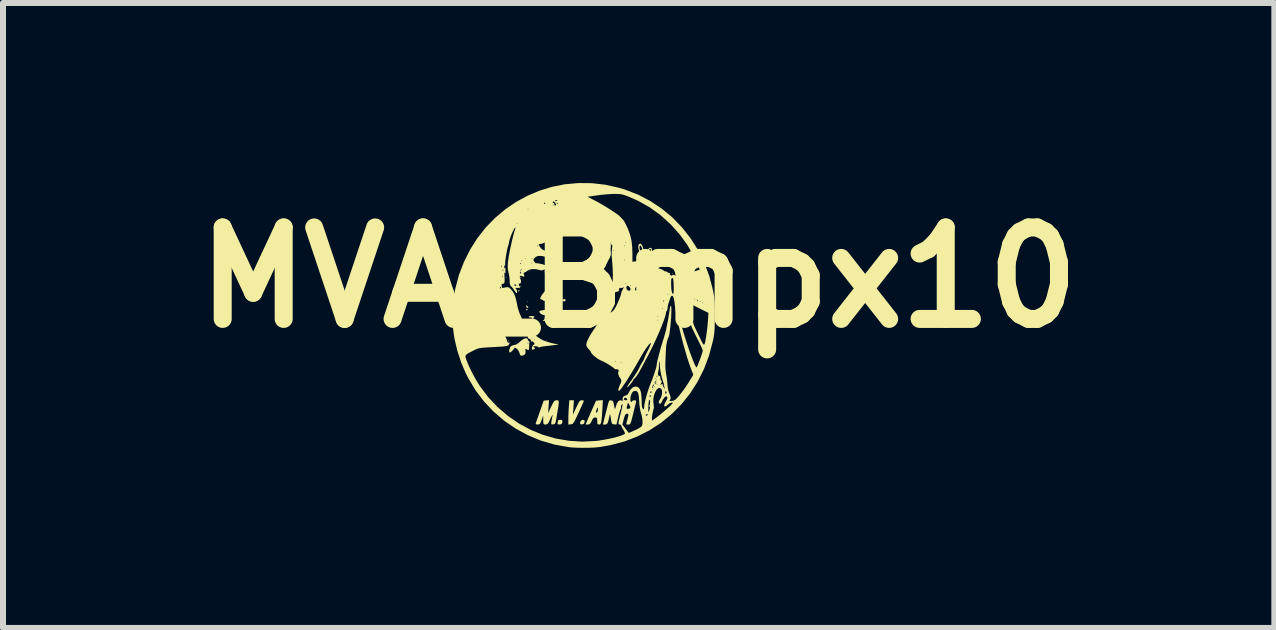
<source format=kicad_pcb>
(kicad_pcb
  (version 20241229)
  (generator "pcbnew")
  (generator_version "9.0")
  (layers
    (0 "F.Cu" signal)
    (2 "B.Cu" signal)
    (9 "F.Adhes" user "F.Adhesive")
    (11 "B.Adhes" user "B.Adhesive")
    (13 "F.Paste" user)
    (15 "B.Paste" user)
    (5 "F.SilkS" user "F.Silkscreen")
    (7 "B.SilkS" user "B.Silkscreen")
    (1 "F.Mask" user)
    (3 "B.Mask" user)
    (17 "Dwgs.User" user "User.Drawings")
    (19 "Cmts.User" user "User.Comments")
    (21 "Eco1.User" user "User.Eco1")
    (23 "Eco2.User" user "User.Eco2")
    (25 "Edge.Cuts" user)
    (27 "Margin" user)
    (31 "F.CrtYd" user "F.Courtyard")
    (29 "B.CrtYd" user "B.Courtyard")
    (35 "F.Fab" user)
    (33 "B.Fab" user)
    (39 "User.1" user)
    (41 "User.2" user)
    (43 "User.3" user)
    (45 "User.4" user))
  (footprint "MVA_Bmpx10"
    (layer "F.Cu")
    (at 7.591 1.574)
    (property "Reference" "MVA_Bmpx10" (at 0 0 0) (layer "F.SilkS") (effects (font (size 1.524 1.524) (thickness 0.3))))
    (attr board_only exclude_from_pos_files exclude_from_bom)
    (fp_poly (pts (xy -2.201 -0.007) (xy -2.208 0) (xy -2.214 -0.007) (xy -2.208 -0.013)) (stroke (width 0) (type solid)) (fill yes) (layer "F.SilkS"))
    (fp_poly (pts (xy -1.85 0.397) (xy -1.856 0.404) (xy -1.863 0.397) (xy -1.856 0.391)) (stroke (width 0) (type solid)) (fill yes) (layer "F.SilkS"))
    (fp_poly (pts (xy -1.811 -0.111) (xy -1.817 -0.104) (xy -1.824 -0.111) (xy -1.817 -0.117)) (stroke (width 0) (type solid)) (fill yes) (layer "F.SilkS"))
    (fp_poly (pts (xy -1.537 0.736) (xy -1.544 0.742) (xy -1.55 0.736) (xy -1.544 0.729)) (stroke (width 0) (type solid)) (fill yes) (layer "F.SilkS"))
    (fp_poly (pts (xy -1.524 1.049) (xy -1.531 1.055) (xy -1.537 1.049) (xy -1.531 1.042)) (stroke (width 0) (type solid)) (fill yes) (layer "F.SilkS"))
    (fp_poly (pts (xy -1.303 -0.658) (xy -1.309 -0.651) (xy -1.316 -0.658) (xy -1.309 -0.664)) (stroke (width 0) (type solid)) (fill yes) (layer "F.SilkS"))
    (fp_poly (pts (xy -1.068 -0.827) (xy -1.075 -0.821) (xy -1.081 -0.827) (xy -1.075 -0.834)) (stroke (width 0) (type solid)) (fill yes) (layer "F.SilkS"))
    (fp_poly (pts (xy -0.482 -0.528) (xy -0.488 -0.521) (xy -0.495 -0.528) (xy -0.488 -0.534)) (stroke (width 0) (type solid)) (fill yes) (layer "F.SilkS"))
    (fp_poly (pts (xy 0.013 -0.267) (xy 0.007 -0.261) (xy 0 -0.267) (xy 0.007 -0.274)) (stroke (width 0) (type solid)) (fill yes) (layer "F.SilkS"))
    (fp_poly (pts (xy 0.13 -0.228) (xy 0.124 -0.221) (xy 0.117 -0.228) (xy 0.124 -0.234)) (stroke (width 0) (type solid)) (fill yes) (layer "F.SilkS"))
    (fp_poly (pts (xy 0.156 -0.228) (xy 0.15 -0.221) (xy 0.143 -0.228) (xy 0.15 -0.234)) (stroke (width 0) (type solid)) (fill yes) (layer "F.SilkS"))
    (fp_poly (pts (xy 0.378 1.661) (xy 0.371 1.667) (xy 0.365 1.661) (xy 0.371 1.654)) (stroke (width 0) (type solid)) (fill yes) (layer "F.SilkS"))
    (fp_poly (pts (xy 0.417 1.791) (xy 0.41 1.798) (xy 0.404 1.791) (xy 0.41 1.785)) (stroke (width 0) (type solid)) (fill yes) (layer "F.SilkS"))
    (fp_poly (pts (xy 0.573 -0.072) (xy 0.567 -0.065) (xy 0.56 -0.072) (xy 0.567 -0.078)) (stroke (width 0) (type solid)) (fill yes) (layer "F.SilkS"))
    (fp_poly (pts (xy 0.625 -0.072) (xy 0.619 -0.065) (xy 0.612 -0.072) (xy 0.619 -0.078)) (stroke (width 0) (type solid)) (fill yes) (layer "F.SilkS"))
    (fp_poly (pts (xy -2.167 1.046) (xy -2.165 1.062) (xy -2.167 1.064) (xy -2.174 1.062) (xy -2.175 1.055) (xy -2.171 1.044)) (stroke (width 0) (type solid)) (fill yes) (layer "F.SilkS"))
    (fp_poly (pts (xy -1.958 -0.009) (xy -1.96 -0.001) (xy -1.967 0) (xy -1.978 -0.005) (xy -1.976 -0.009) (xy -1.96 -0.01)) (stroke (width 0) (type solid)) (fill yes) (layer "F.SilkS"))
    (fp_poly (pts (xy -1.659 0.89) (xy -1.657 0.906) (xy -1.659 0.907) (xy -1.666 0.906) (xy -1.667 0.899) (xy -1.663 0.888)) (stroke (width 0) (type solid)) (fill yes) (layer "F.SilkS"))
    (fp_poly (pts (xy -1.811 0.817) (xy -1.806 0.827) (xy -1.803 0.845) (xy -1.811 0.841) (xy -1.818 0.833) (xy -1.822 0.816) (xy -1.82 0.813)) (stroke (width 0) (type solid)) (fill yes) (layer "F.SilkS"))
    (fp_poly (pts (xy -1.984 0.216) (xy -1.986 0.221) (xy -1.998 0.234) (xy -2 0.234) (xy -2.006 0.224) (xy -2.006 0.221) (xy -1.996 0.209) (xy -1.992 0.208)) (stroke (width 0) (type solid)) (fill yes) (layer "F.SilkS"))
    (fp_poly (pts (xy -1.85 0.531) (xy -1.85 0.534) (xy -1.86 0.547) (xy -1.863 0.547) (xy -1.875 0.537) (xy -1.876 0.534) (xy -1.866 0.521) (xy -1.863 0.521)) (stroke (width 0) (type solid)) (fill yes) (layer "F.SilkS"))
    (fp_poly (pts (xy -1.485 -0.124) (xy -1.472 -0.112) (xy -1.472 -0.11) (xy -1.482 -0.104) (xy -1.485 -0.104) (xy -1.497 -0.114) (xy -1.498 -0.118) (xy -1.49 -0.126)) (stroke (width 0) (type solid)) (fill yes) (layer "F.SilkS"))
    (fp_poly (pts (xy -1.863 0.467) (xy -1.856 0.474) (xy -1.84 0.491) (xy -1.837 0.498) (xy -1.847 0.503) (xy -1.856 0.504) (xy -1.872 0.493) (xy -1.876 0.479) (xy -1.873 0.462)) (stroke (width 0) (type solid)) (fill yes) (layer "F.SilkS"))
    (fp_poly (pts (xy -1.22 0.366) (xy -1.218 0.378) (xy -1.227 0.397) (xy -1.249 0.398) (xy -1.263 0.391) (xy -1.276 0.378) (xy -1.266 0.367) (xy -1.263 0.365) (xy -1.237 0.356)) (stroke (width 0) (type solid)) (fill yes) (layer "F.SilkS"))
    (fp_poly (pts (xy -0.906 2.375) (xy -0.9 2.392) (xy -0.901 2.406) (xy -0.91 2.434) (xy -0.935 2.446) (xy -0.941 2.446) (xy -0.969 2.445) (xy -0.977 2.431) (xy -0.969 2.392) (xy -0.944 2.373) (xy -0.929 2.371)) (stroke (width 0) (type solid)) (fill yes) (layer "F.SilkS"))
    (fp_poly (pts (xy -1.534 0.679) (xy -1.53 0.682) (xy -1.513 0.698) (xy -1.515 0.709) (xy -1.539 0.717) (xy -1.563 0.722) (xy -1.591 0.726) (xy -1.598 0.723) (xy -1.588 0.714) (xy -1.568 0.692) (xy -1.562 0.68) (xy -1.553 0.671)) (stroke (width 0) (type solid)) (fill yes) (layer "F.SilkS"))
    (fp_poly (pts (xy -1.283 2.373) (xy -1.274 2.377) (xy -1.271 2.394) (xy -1.273 2.417) (xy -1.284 2.44) (xy -1.307 2.448) (xy -1.319 2.449) (xy -1.345 2.446) (xy -1.353 2.435) (xy -1.35 2.42) (xy -1.344 2.392) (xy -1.342 2.38) (xy -1.331 2.373) (xy -1.307 2.371)) (stroke (width 0) (type solid)) (fill yes) (layer "F.SilkS"))
    (fp_poly (pts (xy -1.748 0.645) (xy -1.739 0.652) (xy -1.74 0.663) (xy -1.744 0.664) (xy -1.755 0.676) (xy -1.762 0.7) (xy -1.768 0.736) (xy -1.77 0.699) (xy -1.775 0.673) (xy -1.791 0.666) (xy -1.8 0.667) (xy -1.824 0.664) (xy -1.833 0.657) (xy -1.825 0.647) (xy -1.802 0.642) (xy -1.773 0.641)) (stroke (width 0) (type solid)) (fill yes) (layer "F.SilkS"))
    (fp_poly (pts (xy -0.985 -0.086) (xy -0.982 -0.085) (xy -0.953 -0.076) (xy -0.913 -0.067) (xy -0.905 -0.066) (xy -0.84 -0.048) (xy -0.78 -0.014) (xy -0.751 0.008) (xy -0.727 0.03) (xy -0.724 0.038) (xy -0.743 0.032) (xy -0.761 0.024) (xy -0.79 0.016) (xy -0.812 0.025) (xy -0.818 0.03) (xy -0.857 0.05) (xy -0.901 0.047) (xy -0.941 0.022) (xy -0.944 0.018) (xy -0.968 -0.002) (xy -0.986 -0.009) (xy -0.988 -0.008) (xy -1.005 -0.01) (xy -1.016 -0.02) (xy -1.025 -0.037) (xy -1.012 -0.047) (xy -0.998 -0.063) (xy -1 -0.075) (xy -1.001 -0.089)) (stroke (width 0) (type solid)) (fill yes) (layer "F.SilkS"))
    (fp_poly (pts (xy -1.087 2.166) (xy -1.095 2.286) (xy -1.04 2.166) (xy -1.014 2.111) (xy -0.996 2.076) (xy -0.981 2.056) (xy -0.966 2.047) (xy -0.948 2.045) (xy -0.948 2.045) (xy -0.922 2.048) (xy -0.913 2.055) (xy -0.918 2.069) (xy -0.933 2.103) (xy -0.955 2.152) (xy -0.982 2.212) (xy -1.001 2.253) (xy -1.034 2.324) (xy -1.059 2.375) (xy -1.077 2.409) (xy -1.092 2.429) (xy -1.105 2.44) (xy -1.12 2.445) (xy -1.131 2.446) (xy -1.172 2.45) (xy -1.172 2.367) (xy -1.171 2.314) (xy -1.169 2.247) (xy -1.165 2.179) (xy -1.164 2.164) (xy -1.155 2.045) (xy -1.079 2.045)) (stroke (width 0) (type solid)) (fill yes) (layer "F.SilkS"))
    (fp_poly (pts (xy -1.499 0.541) (xy -1.446 0.563) (xy -1.413 0.595) (xy -1.394 0.607) (xy -1.358 0.619) (xy -1.33 0.625) (xy -1.286 0.636) (xy -1.25 0.65) (xy -1.237 0.658) (xy -1.214 0.674) (xy -1.201 0.677) (xy -1.181 0.687) (xy -1.179 0.69) (xy -1.176 0.699) (xy -1.183 0.701) (xy -1.206 0.694) (xy -1.247 0.677) (xy -1.27 0.668) (xy -1.317 0.65) (xy -1.365 0.64) (xy -1.423 0.634) (xy -1.476 0.631) (xy -1.537 0.629) (xy -1.578 0.625) (xy -1.605 0.618) (xy -1.625 0.608) (xy -1.636 0.598) (xy -1.654 0.577) (xy -1.654 0.562) (xy -1.634 0.551) (xy -1.591 0.543) (xy -1.566 0.54)) (stroke (width 0) (type solid)) (fill yes) (layer "F.SilkS"))
    (fp_poly (pts (xy -1.439 0.155) (xy -1.439 0.188) (xy -1.444 0.223) (xy -1.457 0.231) (xy -1.485 0.239) (xy -1.49 0.24) (xy -1.53 0.256) (xy -1.549 0.287) (xy -1.55 0.3) (xy -1.539 0.306) (xy -1.51 0.306) (xy -1.495 0.305) (xy -1.455 0.302) (xy -1.431 0.31) (xy -1.418 0.321) (xy -1.396 0.353) (xy -1.388 0.379) (xy -1.395 0.392) (xy -1.397 0.393) (xy -1.45 0.397) (xy -1.502 0.398) (xy -1.549 0.394) (xy -1.581 0.388) (xy -1.591 0.382) (xy -1.613 0.367) (xy -1.623 0.365) (xy -1.639 0.356) (xy -1.636 0.332) (xy -1.613 0.291) (xy -1.604 0.278) (xy -1.566 0.232) (xy -1.528 0.196) (xy -1.494 0.174) (xy -1.477 0.169) (xy -1.46 0.162) (xy -1.459 0.156) (xy -1.45 0.144) (xy -1.447 0.143)) (stroke (width 0) (type solid)) (fill yes) (layer "F.SilkS"))
    (fp_poly (pts (xy -0.604 2.184) (xy -0.61 2.274) (xy -0.615 2.34) (xy -0.62 2.388) (xy -0.626 2.419) (xy -0.634 2.437) (xy -0.643 2.446) (xy -0.655 2.449) (xy -0.659 2.449) (xy -0.678 2.446) (xy -0.688 2.434) (xy -0.69 2.404) (xy -0.69 2.39) (xy -0.692 2.354) (xy -0.698 2.337) (xy -0.714 2.332) (xy -0.724 2.332) (xy -0.747 2.336) (xy -0.765 2.355) (xy -0.783 2.39) (xy -0.801 2.426) (xy -0.819 2.444) (xy -0.842 2.449) (xy -0.847 2.449) (xy -0.884 2.449) (xy -0.858 2.387) (xy -0.842 2.349) (xy -0.818 2.295) (xy -0.792 2.237) (xy -0.711 2.237) (xy -0.709 2.252) (xy -0.706 2.253) (xy -0.691 2.243) (xy -0.685 2.233) (xy -0.679 2.203) (xy -0.678 2.184) (xy -0.68 2.166) (xy -0.687 2.172) (xy -0.689 2.175) (xy -0.704 2.208) (xy -0.711 2.237) (xy -0.792 2.237) (xy -0.791 2.234) (xy -0.771 2.188) (xy -0.71 2.052) (xy -0.653 2.047) (xy -0.596 2.043)) (stroke (width 0) (type solid)) (fill yes) (layer "F.SilkS"))
    (fp_poly (pts (xy -1.85 1.022) (xy -1.844 1.041) (xy -1.846 1.048) (xy -1.845 1.054) (xy -1.837 1.053) (xy -1.824 1.056) (xy -1.82 1.078) (xy -1.821 1.094) (xy -1.824 1.137) (xy -1.826 1.176) (xy -1.829 1.203) (xy -1.838 1.209) (xy -1.862 1.199) (xy -1.865 1.197) (xy -1.884 1.189) (xy -1.889 1.197) (xy -1.885 1.222) (xy -1.886 1.264) (xy -1.908 1.292) (xy -1.947 1.303) (xy -1.969 1.297) (xy -1.981 1.276) (xy -1.985 1.258) (xy -2.007 1.209) (xy -2.033 1.185) (xy -2.057 1.17) (xy -2.068 1.167) (xy -2.068 1.169) (xy -2.075 1.185) (xy -2.095 1.21) (xy -2.107 1.221) (xy -2.133 1.244) (xy -2.146 1.251) (xy -2.154 1.242) (xy -2.157 1.234) (xy -2.158 1.208) (xy -2.152 1.195) (xy -2.143 1.175) (xy -2.144 1.167) (xy -2.137 1.153) (xy -2.114 1.137) (xy -2.082 1.125) (xy -2.054 1.12) (xy -2.031 1.111) (xy -2.007 1.094) (xy -1.85 1.094) (xy -1.845 1.105) (xy -1.841 1.103) (xy -1.839 1.087) (xy -1.841 1.085) (xy -1.849 1.087) (xy -1.85 1.094) (xy -2.007 1.094) (xy -2 1.089) (xy -1.982 1.073) (xy -1.938 1.036) (xy -1.898 1.015) (xy -1.866 1.012)) (stroke (width 0) (type solid)) (fill yes) (layer "F.SilkS"))
    (fp_poly (pts (xy -1.501 2.152) (xy -1.509 2.26) (xy -1.458 2.152) (xy -1.433 2.101) (xy -1.415 2.07) (xy -1.4 2.053) (xy -1.384 2.046) (xy -1.368 2.045) (xy -1.351 2.046) (xy -1.339 2.049) (xy -1.333 2.06) (xy -1.331 2.081) (xy -1.334 2.116) (xy -1.341 2.169) (xy -1.354 2.242) (xy -1.359 2.273) (xy -1.37 2.342) (xy -1.379 2.389) (xy -1.387 2.419) (xy -1.396 2.435) (xy -1.406 2.443) (xy -1.42 2.446) (xy -1.424 2.447) (xy -1.447 2.448) (xy -1.457 2.441) (xy -1.456 2.418) (xy -1.453 2.394) (xy -1.446 2.354) (xy -1.439 2.322) (xy -1.438 2.315) (xy -1.433 2.294) (xy -1.439 2.294) (xy -1.451 2.313) (xy -1.47 2.35) (xy -1.479 2.371) (xy -1.5 2.413) (xy -1.516 2.437) (xy -1.533 2.447) (xy -1.552 2.449) (xy -1.573 2.448) (xy -1.584 2.439) (xy -1.589 2.418) (xy -1.59 2.378) (xy -1.59 2.374) (xy -1.591 2.299) (xy -1.617 2.374) (xy -1.633 2.416) (xy -1.646 2.438) (xy -1.662 2.447) (xy -1.682 2.449) (xy -1.709 2.446) (xy -1.716 2.434) (xy -1.714 2.426) (xy -1.707 2.406) (xy -1.693 2.366) (xy -1.674 2.313) (xy -1.652 2.249) (xy -1.644 2.227) (xy -1.583 2.052) (xy -1.538 2.047) (xy -1.494 2.043)) (stroke (width 0) (type solid)) (fill yes) (layer "F.SilkS"))
    (fp_poly (pts (xy 0.03 -0.566) (xy 0.051 -0.546) (xy 0.069 -0.512) (xy 0.078 -0.473) (xy 0.078 -0.465) (xy 0.083 -0.429) (xy 0.096 -0.418) (xy 0.118 -0.431) (xy 0.135 -0.45) (xy 0.162 -0.478) (xy 0.188 -0.494) (xy 0.196 -0.495) (xy 0.212 -0.491) (xy 0.22 -0.474) (xy 0.221 -0.438) (xy 0.221 -0.437) (xy 0.218 -0.395) (xy 0.204 -0.368) (xy 0.19 -0.355) (xy 0.165 -0.324) (xy 0.154 -0.292) (xy 0.146 -0.264) (xy 0.125 -0.252) (xy 0.111 -0.25) (xy 0.074 -0.253) (xy 0.046 -0.265) (xy 0.03 -0.285) (xy 0.021 -0.319) (xy 0.019 -0.353) (xy 0.014 -0.402) (xy 0.13 -0.402) (xy 0.137 -0.381) (xy 0.154 -0.383) (xy 0.182 -0.406) (xy 0.205 -0.441) (xy 0.204 -0.467) (xy 0.2 -0.473) (xy 0.185 -0.473) (xy 0.164 -0.457) (xy 0.144 -0.433) (xy 0.131 -0.409) (xy 0.13 -0.402) (xy 0.014 -0.402) (xy 0.014 -0.402) (xy 0.006 -0.446) (xy 0.000448 -0.462) (xy -0.007 -0.497) (xy 0.013 -0.497) (xy 0.018 -0.465) (xy 0.027 -0.442) (xy 0.044 -0.42) (xy 0.059 -0.42) (xy 0.065 -0.442) (xy 0.06 -0.475) (xy 0.049 -0.508) (xy 0.034 -0.53) (xy 0.026 -0.534) (xy 0.016 -0.523) (xy 0.013 -0.497) (xy -0.007 -0.497) (xy -0.007 -0.497) (xy -0.004 -0.532) (xy 0.007 -0.557) (xy 0.025 -0.567)) (stroke (width 0) (type solid)) (fill yes) (layer "F.SilkS"))
    (fp_poly (pts (xy -1.822 0.868) (xy -1.814 0.876) (xy -1.761 0.928) (xy -1.718 0.966) (xy -1.678 0.995) (xy -1.634 1.023) (xy -1.609 1.037) (xy -1.572 1.054) (xy -1.521 1.072) (xy -1.464 1.088) (xy -1.412 1.101) (xy -1.374 1.107) (xy -1.369 1.107) (xy -1.344 1.109) (xy -1.342 1.113) (xy -1.36 1.118) (xy -1.397 1.125) (xy -1.448 1.131) (xy -1.46 1.133) (xy -1.534 1.141) (xy -1.585 1.147) (xy -1.619 1.153) (xy -1.641 1.159) (xy -1.651 1.164) (xy -1.667 1.165) (xy -1.669 1.161) (xy -1.688 1.148) (xy -1.729 1.144) (xy -1.738 1.145) (xy -1.756 1.147) (xy -1.75 1.156) (xy -1.741 1.163) (xy -1.727 1.176) (xy -1.733 1.187) (xy -1.745 1.195) (xy -1.767 1.203) (xy -1.777 1.2) (xy -1.779 1.18) (xy -1.773 1.152) (xy -1.761 1.128) (xy -1.748 1.117) (xy -1.747 1.117) (xy -1.734 1.113) (xy -1.74 1.094) (xy -1.751 1.077) (xy -1.766 1.063) (xy -1.776 1.071) (xy -1.776 1.071) (xy -1.782 1.081) (xy -1.783 1.07) (xy -1.794 1.046) (xy -1.804 1.036) (xy -1.745 1.036) (xy -1.739 1.042) (xy -1.732 1.036) (xy -1.739 1.029) (xy -1.745 1.036) (xy -1.804 1.036) (xy -1.816 1.024) (xy -1.836 1.016) (xy -1.841 1.009) (xy -1.785 1.009) (xy -1.778 1.016) (xy -1.771 1.009) (xy -1.778 1.003) (xy -1.785 1.009) (xy -1.841 1.009) (xy -1.845 1.005) (xy -1.849 0.977) (xy -1.849 0.942) (xy -1.846 0.908) (xy -1.838 0.886) (xy -1.833 0.881) (xy -1.824 0.875) (xy -1.833 0.874) (xy -1.848 0.862) (xy -1.85 0.856) (xy -1.842 0.854)) (stroke (width 0) (type solid)) (fill yes) (layer "F.SilkS"))
    (fp_poly (pts (xy -0.781 -1.572) (xy -0.553 -1.546) (xy -0.323 -1.494) (xy -0.224 -1.464) (xy -0.007 -1.38) (xy 0.197 -1.273) (xy 0.387 -1.146) (xy 0.563 -1) (xy 0.723 -0.835) (xy 0.865 -0.654) (xy 0.989 -0.458) (xy 1.093 -0.248) (xy 1.176 -0.026) (xy 1.234 0.194) (xy 1.246 0.253) (xy 1.255 0.304) (xy 1.261 0.354) (xy 1.265 0.407) (xy 1.268 0.469) (xy 1.269 0.547) (xy 1.269 0.632) (xy 1.268 0.728) (xy 1.267 0.803) (xy 1.265 0.864) (xy 1.26 0.916) (xy 1.254 0.966) (xy 1.245 1.018) (xy 1.234 1.069) (xy 1.171 1.305) (xy 1.086 1.529) (xy 0.981 1.738) (xy 0.856 1.933) (xy 0.712 2.112) (xy 0.551 2.274) (xy 0.375 2.419) (xy 0.183 2.544) (xy -0.023 2.649) (xy -0.24 2.732) (xy -0.47 2.793) (xy -0.664 2.826) (xy -0.743 2.833) (xy -0.839 2.837) (xy -0.942 2.837) (xy -1.042 2.835) (xy -1.131 2.83) (xy -1.172 2.825) (xy -1.407 2.782) (xy -1.633 2.716) (xy -1.848 2.626) (xy -2.052 2.515) (xy -2.242 2.384) (xy -2.418 2.233) (xy -2.577 2.065) (xy -2.718 1.879) (xy -2.839 1.677) (xy -2.886 1.583) (xy -2.961 1.406) (xy -2.992 1.309) (xy -2.886 1.309) (xy -2.883 1.334) (xy -2.872 1.367) (xy -2.866 1.384) (xy -2.826 1.481) (xy -2.773 1.589) (xy -2.714 1.698) (xy -2.652 1.799) (xy -2.644 1.81) (xy -2.506 1.994) (xy -2.35 2.159) (xy -2.179 2.305) (xy -1.995 2.432) (xy -1.8 2.537) (xy -1.595 2.621) (xy -1.382 2.682) (xy -1.163 2.72) (xy -0.941 2.734) (xy -0.716 2.723) (xy -0.663 2.717) (xy -0.577 2.703) (xy -0.49 2.686) (xy -0.408 2.668) (xy -0.336 2.648) (xy -0.278 2.628) (xy -0.239 2.611) (xy -0.23 2.604) (xy -0.23 2.589) (xy -0.242 2.56) (xy -0.255 2.538) (xy -0.276 2.503) (xy -0.289 2.475) (xy -0.291 2.465) (xy -0.302 2.452) (xy -0.302 2.451) (xy -0.271 2.451) (xy -0.218 2.52) (xy -0.165 2.589) (xy -0.118 2.57) (xy -0.078 2.551) (xy -0.03 2.529) (xy -0.011 2.52) (xy 0.025 2.498) (xy 0.05 2.477) (xy 0.057 2.468) (xy 0.065 2.423) (xy 0.063 2.385) (xy 0.221 2.385) (xy 0.264 2.356) (xy 0.293 2.335) (xy 0.335 2.302) (xy 0.382 2.264) (xy 0.404 2.246) (xy 0.451 2.205) (xy 0.496 2.166) (xy 0.53 2.135) (xy 0.54 2.124) (xy 0.563 2.099) (xy 0.569 2.088) (xy 0.559 2.084) (xy 0.549 2.084) (xy 0.52 2.093) (xy 0.489 2.115) (xy 0.487 2.117) (xy 0.454 2.144) (xy 0.432 2.149) (xy 0.424 2.135) (xy 0.432 2.104) (xy 0.449 2.072) (xy 0.474 2.025) (xy 0.48 1.995) (xy 0.467 1.981) (xy 0.457 1.98) (xy 0.433 1.993) (xy 0.406 2.031) (xy 0.402 2.039) (xy 0.38 2.081) (xy 0.365 2.101) (xy 0.353 2.104) (xy 0.34 2.092) (xy 0.34 2.092) (xy 0.333 2.075) (xy 0.342 2.05) (xy 0.358 2.025) (xy 0.379 1.981) (xy 0.39 1.932) (xy 0.39 1.915) (xy 0.443 1.915) (xy 0.445 1.935) (xy 0.455 1.933) (xy 0.459 1.93) (xy 0.467 1.913) (xy 0.459 1.899) (xy 0.447 1.893) (xy 0.443 1.909) (xy 0.443 1.915) (xy 0.39 1.915) (xy 0.39 1.887) (xy 0.378 1.855) (xy 0.375 1.852) (xy 0.348 1.839) (xy 0.321 1.847) (xy 0.295 1.874) (xy 0.273 1.914) (xy 0.255 1.963) (xy 0.245 2.019) (xy 0.244 2.076) (xy 0.25 2.114) (xy 0.254 2.167) (xy 0.241 2.222) (xy 0.229 2.271) (xy 0.222 2.321) (xy 0.221 2.333) (xy 0.221 2.385) (xy 0.063 2.385) (xy 0.062 2.364) (xy 0.051 2.299) (xy 0.049 2.294) (xy 0.117 2.294) (xy 0.124 2.305) (xy 0.139 2.3) (xy 0.148 2.287) (xy 0.147 2.273) (xy 0.136 2.275) (xy 0.119 2.288) (xy 0.117 2.294) (xy 0.049 2.294) (xy 0.039 2.261) (xy 0.025 2.203) (xy 0.16 2.203) (xy 0.16 2.232) (xy 0.162 2.241) (xy 0.168 2.233) (xy 0.177 2.209) (xy 0.177 2.209) (xy 0.188 2.174) (xy 0.187 2.155) (xy 0.179 2.147) (xy 0.172 2.138) (xy 0.176 2.136) (xy 0.185 2.125) (xy 0.19 2.096) (xy 0.191 2.084) (xy 0.189 2.05) (xy 0.181 2.035) (xy 0.179 2.035) (xy 0.172 2.05) (xy 0.166 2.084) (xy 0.162 2.131) (xy 0.162 2.15) (xy 0.16 2.203) (xy 0.025 2.203) (xy 0.023 2.195) (xy 0.012 2.112) (xy 0.008 2.056) (xy 0.003 1.985) (xy -0.005 1.937) (xy -0.017 1.908) (xy -0.034 1.893) (xy -0.059 1.889) (xy -0.091 1.897) (xy -0.114 1.925) (xy -0.131 1.969) (xy -0.137 2.002) (xy -0.138 2.035) (xy -0.134 2.062) (xy -0.126 2.075) (xy -0.116 2.068) (xy -0.115 2.067) (xy -0.097 2.05) (xy -0.072 2.044) (xy -0.05 2.049) (xy -0.041 2.063) (xy -0.042 2.068) (xy -0.047 2.088) (xy -0.057 2.129) (xy -0.071 2.184) (xy -0.087 2.249) (xy -0.092 2.27) (xy -0.109 2.34) (xy -0.122 2.389) (xy -0.133 2.421) (xy -0.142 2.439) (xy -0.153 2.447) (xy -0.165 2.449) (xy -0.172 2.449) (xy -0.198 2.448) (xy -0.208 2.446) (xy -0.205 2.432) (xy -0.197 2.401) (xy -0.189 2.371) (xy -0.176 2.319) (xy -0.171 2.287) (xy -0.174 2.272) (xy -0.187 2.268) (xy -0.198 2.269) (xy -0.214 2.276) (xy -0.227 2.294) (xy -0.24 2.329) (xy -0.249 2.362) (xy -0.271 2.451) (xy -0.302 2.451) (xy -0.315 2.449) (xy -0.327 2.448) (xy -0.334 2.442) (xy -0.336 2.428) (xy -0.333 2.401) (xy -0.323 2.359) (xy -0.308 2.296) (xy -0.3 2.267) (xy -0.286 2.208) (xy -0.277 2.169) (xy -0.2 2.169) (xy -0.198 2.184) (xy -0.184 2.188) (xy -0.176 2.188) (xy -0.15 2.182) (xy -0.14 2.172) (xy -0.142 2.15) (xy -0.156 2.121) (xy -0.156 2.119) (xy -0.179 2.083) (xy -0.192 2.136) (xy -0.2 2.169) (xy -0.277 2.169) (xy -0.275 2.159) (xy -0.269 2.125) (xy -0.269 2.111) (xy -0.279 2.112) (xy -0.29 2.13) (xy -0.295 2.154) (xy -0.294 2.166) (xy -0.294 2.185) (xy -0.298 2.188) (xy -0.305 2.2) (xy -0.316 2.232) (xy -0.329 2.279) (xy -0.339 2.319) (xy -0.37 2.45) (xy -0.409 2.446) (xy -0.43 2.443) (xy -0.443 2.434) (xy -0.452 2.414) (xy -0.459 2.377) (xy -0.463 2.351) (xy -0.47 2.305) (xy -0.475 2.282) (xy -0.479 2.28) (xy -0.484 2.296) (xy -0.486 2.305) (xy -0.5 2.367) (xy -0.511 2.409) (xy -0.523 2.433) (xy -0.536 2.445) (xy -0.553 2.449) (xy -0.559 2.449) (xy -0.596 2.449) (xy -0.558 2.296) (xy -0.536 2.21) (xy -0.52 2.146) (xy -0.508 2.101) (xy -0.499 2.071) (xy -0.491 2.054) (xy -0.483 2.047) (xy -0.475 2.045) (xy -0.464 2.047) (xy -0.459 2.047) (xy -0.439 2.052) (xy -0.426 2.065) (xy -0.417 2.092) (xy -0.41 2.13) (xy -0.402 2.171) (xy -0.396 2.189) (xy -0.391 2.188) (xy -0.386 2.169) (xy -0.365 2.103) (xy -0.342 2.063) (xy -0.315 2.046) (xy -0.307 2.045) (xy -0.28 2.051) (xy -0.268 2.061) (xy -0.265 2.062) (xy -0.267 2.043) (xy -0.268 2.041) (xy -0.267 2.027) (xy -0.247 2.027) (xy -0.236 2.041) (xy -0.214 2.045) (xy -0.192 2.042) (xy -0.19 2.03) (xy -0.195 2.019) (xy -0.214 2.003) (xy -0.235 2.004) (xy -0.247 2.021) (xy -0.247 2.027) (xy -0.267 2.027) (xy -0.266 2) (xy -0.246 1.974) (xy -0.217 1.967) (xy -0.188 1.954) (xy -0.172 1.929) (xy -0.138 1.87) (xy -0.099 1.832) (xy -0.058 1.816) (xy -0.017 1.823) (xy -0.008 1.828) (xy 0.02 1.86) (xy 0.039 1.915) (xy 0.048 1.993) (xy 0.05 2.056) (xy 0.051 2.115) (xy 0.055 2.154) (xy 0.063 2.177) (xy 0.07 2.186) (xy 0.083 2.197) (xy 0.09 2.191) (xy 0.091 2.165) (xy 0.091 2.155) (xy 0.096 2.114) (xy 0.108 2.056) (xy 0.126 1.985) (xy 0.129 1.973) (xy 0.182 1.973) (xy 0.187 1.991) (xy 0.198 1.986) (xy 0.201 1.981) (xy 0.2 1.964) (xy 0.196 1.96) (xy 0.184 1.963) (xy 0.182 1.973) (xy 0.129 1.973) (xy 0.148 1.91) (xy 0.149 1.907) (xy 0.195 1.907) (xy 0.2 1.926) (xy 0.211 1.921) (xy 0.214 1.916) (xy 0.213 1.899) (xy 0.209 1.895) (xy 0.197 1.898) (xy 0.195 1.907) (xy 0.149 1.907) (xy 0.161 1.869) (xy 0.221 1.869) (xy 0.228 1.876) (xy 0.234 1.869) (xy 0.228 1.863) (xy 0.221 1.869) (xy 0.161 1.869) (xy 0.172 1.836) (xy 0.178 1.82) (xy 0.228 1.82) (xy 0.228 1.837) (xy 0.24 1.849) (xy 0.242 1.839) (xy 0.24 1.831) (xy 0.241 1.817) (xy 0.261 1.817) (xy 0.267 1.824) (xy 0.274 1.817) (xy 0.267 1.811) (xy 0.261 1.817) (xy 0.241 1.817) (xy 0.241 1.81) (xy 0.247 1.805) (xy 0.26 1.786) (xy 0.261 1.781) (xy 0.254 1.779) (xy 0.24 1.795) (xy 0.228 1.82) (xy 0.178 1.82) (xy 0.194 1.778) (xy 0.3 1.778) (xy 0.306 1.785) (xy 0.313 1.778) (xy 0.306 1.771) (xy 0.3 1.778) (xy 0.194 1.778) (xy 0.197 1.77) (xy 0.202 1.758) (xy 0.203 1.756) (xy 0.266 1.756) (xy 0.266 1.757) (xy 0.279 1.771) (xy 0.292 1.76) (xy 0.294 1.756) (xy 0.296 1.748) (xy 0.289 1.751) (xy 0.275 1.754) (xy 0.277 1.742) (xy 0.293 1.717) (xy 0.296 1.714) (xy 0.309 1.697) (xy 0.307 1.697) (xy 0.288 1.715) (xy 0.269 1.738) (xy 0.266 1.756) (xy 0.203 1.756) (xy 0.223 1.706) (xy 0.23 1.687) (xy 0.274 1.687) (xy 0.28 1.693) (xy 0.287 1.687) (xy 0.28 1.68) (xy 0.274 1.687) (xy 0.23 1.687) (xy 0.244 1.647) (xy 0.301 1.647) (xy 0.303 1.664) (xy 0.307 1.664) (xy 0.311 1.646) (xy 0.308 1.639) (xy 0.303 1.634) (xy 0.301 1.647) (xy 0.244 1.647) (xy 0.245 1.646) (xy 0.26 1.602) (xy 0.319 1.602) (xy 0.324 1.628) (xy 0.338 1.638) (xy 0.344 1.637) (xy 0.355 1.644) (xy 0.36 1.67) (xy 0.366 1.702) (xy 0.378 1.72) (xy 0.387 1.732) (xy 0.381 1.752) (xy 0.372 1.767) (xy 0.361 1.787) (xy 0.363 1.79) (xy 0.366 1.788) (xy 0.385 1.775) (xy 0.399 1.772) (xy 0.399 1.782) (xy 0.399 1.782) (xy 0.401 1.799) (xy 0.413 1.823) (xy 0.429 1.844) (xy 0.439 1.85) (xy 0.438 1.842) (xy 0.432 1.832) (xy 0.423 1.814) (xy 0.424 1.808) (xy 0.424 1.792) (xy 0.416 1.762) (xy 0.412 1.75) (xy 0.393 1.69) (xy 0.375 1.619) (xy 0.361 1.545) (xy 0.353 1.48) (xy 0.352 1.451) (xy 0.35 1.417) (xy 0.347 1.398) (xy 0.344 1.397) (xy 0.34 1.414) (xy 0.337 1.447) (xy 0.337 1.472) (xy 0.335 1.518) (xy 0.329 1.557) (xy 0.325 1.571) (xy 0.319 1.602) (xy 0.26 1.602) (xy 0.265 1.586) (xy 0.283 1.531) (xy 0.295 1.487) (xy 0.3 1.462) (xy 0.3 1.461) (xy 0.303 1.431) (xy 0.313 1.382) (xy 0.329 1.318) (xy 0.348 1.245) (xy 0.369 1.169) (xy 0.386 1.114) (xy 0.405 1.051) (xy 0.423 0.994) (xy 0.436 0.948) (xy 0.443 0.925) (xy 0.454 0.884) (xy 0.466 0.824) (xy 0.48 0.754) (xy 0.494 0.68) (xy 0.505 0.611) (xy 0.514 0.554) (xy 0.515 0.544) (xy 0.522 0.504) (xy 0.53 0.476) (xy 0.537 0.469) (xy 0.542 0.481) (xy 0.545 0.514) (xy 0.545 0.564) (xy 0.543 0.626) (xy 0.539 0.695) (xy 0.533 0.766) (xy 0.526 0.835) (xy 0.518 0.898) (xy 0.51 0.949) (xy 0.502 0.983) (xy 0.496 0.996) (xy 0.485 1.02) (xy 0.473 1.063) (xy 0.462 1.119) (xy 0.46 1.127) (xy 0.458 1.149) (xy 0.455 1.191) (xy 0.452 1.249) (xy 0.449 1.316) (xy 0.448 1.336) (xy 0.445 1.426) (xy 0.445 1.497) (xy 0.45 1.557) (xy 0.458 1.614) (xy 0.46 1.622) (xy 0.47 1.682) (xy 0.477 1.741) (xy 0.48 1.789) (xy 0.48 1.791) (xy 0.487 1.849) (xy 0.503 1.908) (xy 0.507 1.919) (xy 0.527 1.972) (xy 0.533 2.008) (xy 0.526 2.034) (xy 0.518 2.043) (xy 0.512 2.053) (xy 0.525 2.057) (xy 0.553 2.056) (xy 0.579 2.052) (xy 0.602 2.042) (xy 0.626 2.022) (xy 0.657 1.988) (xy 0.684 1.957) (xy 0.727 1.902) (xy 0.775 1.836) (xy 0.82 1.768) (xy 0.837 1.741) (xy 0.911 1.62) (xy 0.871 1.517) (xy 0.84 1.432) (xy 0.807 1.329) (xy 0.773 1.213) (xy 0.738 1.089) (xy 0.705 0.961) (xy 0.675 0.836) (xy 0.648 0.717) (xy 0.626 0.61) (xy 0.611 0.519) (xy 0.605 0.475) (xy 0.598 0.417) (xy 0.654 0.417) (xy 0.657 0.462) (xy 0.664 0.521) (xy 0.675 0.59) (xy 0.688 0.665) (xy 0.703 0.742) (xy 0.72 0.817) (xy 0.738 0.887) (xy 0.751 0.931) (xy 0.789 1.051) (xy 0.825 1.161) (xy 0.859 1.259) (xy 0.891 1.344) (xy 0.918 1.412) (xy 0.94 1.462) (xy 0.957 1.491) (xy 0.965 1.498) (xy 0.972 1.486) (xy 0.986 1.456) (xy 1.004 1.41) (xy 1.02 1.368) (xy 1.04 1.312) (xy 1.056 1.264) (xy 1.066 1.23) (xy 1.068 1.217) (xy 1.062 1.199) (xy 1.047 1.162) (xy 1.023 1.111) (xy 0.994 1.051) (xy 0.977 1.018) (xy 0.945 0.955) (xy 0.919 0.901) (xy 0.899 0.859) (xy 0.887 0.834) (xy 0.886 0.829) (xy 0.88 0.812) (xy 0.865 0.777) (xy 0.842 0.728) (xy 0.814 0.671) (xy 0.783 0.608) (xy 0.751 0.545) (xy 0.721 0.487) (xy 0.694 0.437) (xy 0.675 0.402) (xy 0.668 0.391) (xy 0.758 0.391) (xy 0.758 0.402) (xy 0.769 0.431) (xy 0.787 0.473) (xy 0.802 0.505) (xy 0.848 0.602) (xy 0.882 0.677) (xy 0.903 0.73) (xy 0.912 0.76) (xy 0.912 0.763) (xy 0.917 0.785) (xy 0.931 0.819) (xy 0.936 0.83) (xy 0.952 0.862) (xy 0.975 0.911) (xy 1.003 0.968) (xy 1.024 1.012) (xy 1.052 1.07) (xy 1.072 1.106) (xy 1.086 1.12) (xy 1.097 1.112) (xy 1.107 1.08) (xy 1.117 1.023) (xy 1.125 0.976) (xy 1.135 0.904) (xy 1.145 0.821) (xy 1.152 0.742) (xy 1.154 0.721) (xy 1.162 0.589) (xy 1.086 0.551) (xy 1.04 0.528) (xy 0.98 0.498) (xy 0.917 0.466) (xy 0.889 0.452) (xy 0.838 0.426) (xy 0.831 0.423) (xy 1.055 0.423) (xy 1.062 0.43) (xy 1.068 0.423) (xy 1.062 0.417) (xy 1.055 0.423) (xy 0.831 0.423) (xy 0.795 0.406) (xy 0.775 0.397) (xy 1.016 0.397) (xy 1.023 0.404) (xy 1.029 0.397) (xy 1.023 0.391) (xy 1.016 0.397) (xy 0.775 0.397) (xy 0.767 0.394) (xy 0.758 0.391) (xy 0.668 0.391) (xy 0.663 0.384) (xy 0.662 0.383) (xy 0.655 0.389) (xy 0.654 0.417) (xy 0.598 0.417) (xy 0.595 0.397) (xy 0.589 0.368) (xy 0.966 0.368) (xy 0.969 0.376) (xy 0.982 0.39) (xy 0.99 0.387) (xy 0.99 0.385) (xy 0.981 0.374) (xy 0.975 0.37) (xy 0.966 0.368) (xy 0.589 0.368) (xy 0.587 0.358) (xy 0.925 0.358) (xy 0.931 0.365) (xy 0.938 0.358) (xy 0.931 0.352) (xy 0.925 0.358) (xy 0.587 0.358) (xy 0.584 0.343) (xy 0.571 0.312) (xy 0.559 0.302) (xy 0.542 0.31) (xy 0.526 0.342) (xy 0.522 0.354) (xy 0.509 0.396) (xy 0.496 0.433) (xy 0.494 0.44) (xy 0.485 0.477) (xy 0.482 0.508) (xy 0.478 0.538) (xy 0.469 0.554) (xy 0.458 0.572) (xy 0.456 0.586) (xy 0.45 0.62) (xy 0.434 0.674) (xy 0.409 0.744) (xy 0.376 0.827) (xy 0.337 0.921) (xy 0.292 1.021) (xy 0.244 1.124) (xy 0.195 1.224) (xy 0.177 1.26) (xy 0.15 1.311) (xy 0.113 1.38) (xy 0.066 1.469) (xy 0.017 1.56) (xy -0.011 1.607) (xy -0.038 1.647) (xy -0.059 1.672) (xy -0.063 1.675) (xy -0.084 1.695) (xy -0.092 1.71) (xy -0.099 1.726) (xy -0.117 1.751) (xy -0.14 1.78) (xy -0.164 1.807) (xy -0.184 1.826) (xy -0.195 1.831) (xy -0.195 1.83) (xy -0.188 1.814) (xy -0.169 1.782) (xy -0.14 1.739) (xy -0.107 1.693) (xy -0.069 1.637) (xy -0.034 1.583) (xy -0.007 1.537) (xy 0.006 1.511) (xy 0.029 1.465) (xy 0.054 1.42) (xy 0.062 1.408) (xy 0.08 1.377) (xy 0.091 1.354) (xy 0.091 1.35) (xy 0.097 1.333) (xy 0.112 1.299) (xy 0.133 1.254) (xy 0.142 1.238) (xy 0.167 1.188) (xy 0.187 1.144) (xy 0.2 1.112) (xy 0.202 1.107) (xy 0.204 1.091) (xy 0.194 1.094) (xy 0.175 1.113) (xy 0.149 1.145) (xy 0.118 1.188) (xy 0.086 1.238) (xy 0.053 1.292) (xy 0.032 1.329) (xy 0.002 1.383) (xy -0.034 1.446) (xy -0.074 1.514) (xy -0.115 1.583) (xy -0.155 1.647) (xy -0.189 1.702) (xy -0.216 1.744) (xy -0.231 1.765) (xy -0.245 1.784) (xy -0.264 1.814) (xy -0.266 1.817) (xy -0.296 1.858) (xy -0.319 1.883) (xy -0.331 1.889) (xy -0.339 1.878) (xy -0.336 1.851) (xy -0.323 1.814) (xy -0.313 1.791) (xy -0.293 1.746) (xy -0.288 1.715) (xy -0.298 1.69) (xy -0.306 1.68) (xy -0.324 1.653) (xy -0.337 1.619) (xy -0.343 1.588) (xy -0.339 1.57) (xy -0.338 1.569) (xy -0.33 1.554) (xy -0.339 1.537) (xy -0.358 1.528) (xy -0.367 1.528) (xy -0.39 1.529) (xy -0.397 1.524) (xy -0.415 1.507) (xy -0.45 1.482) (xy -0.494 1.453) (xy -0.541 1.425) (xy -0.564 1.413) (xy -0.3 1.413) (xy -0.293 1.42) (xy -0.287 1.413) (xy -0.293 1.407) (xy -0.3 1.413) (xy -0.564 1.413) (xy -0.585 1.402) (xy -0.589 1.4) (xy -0.391 1.4) (xy -0.384 1.407) (xy -0.378 1.4) (xy -0.384 1.394) (xy -0.391 1.4) (xy -0.589 1.4) (xy -0.614 1.389) (xy -0.653 1.37) (xy -0.696 1.343) (xy -0.738 1.311) (xy -0.771 1.28) (xy -0.791 1.255) (xy -0.795 1.245) (xy -0.803 1.227) (xy -0.825 1.2) (xy -0.834 1.192) (xy -0.859 1.161) (xy -0.872 1.131) (xy -0.873 1.125) (xy -0.866 1.081) (xy -0.843 1.026) (xy -0.805 0.956) (xy -0.75 0.87) (xy -0.733 0.845) (xy -0.698 0.792) (xy -0.668 0.747) (xy -0.647 0.714) (xy -0.645 0.71) (xy 0.313 0.71) (xy 0.319 0.716) (xy 0.326 0.71) (xy 0.319 0.703) (xy 0.313 0.71) (xy -0.645 0.71) (xy -0.638 0.697) (xy -0.638 0.696) (xy -0.628 0.676) (xy -0.605 0.652) (xy -0.596 0.645) (xy 0.313 0.645) (xy 0.319 0.651) (xy 0.326 0.645) (xy 0.319 0.638) (xy 0.313 0.645) (xy -0.596 0.645) (xy -0.578 0.632) (xy -0.559 0.625) (xy -0.536 0.619) (xy -0.5 0.604) (xy -0.477 0.591) (xy -0.436 0.564) (xy -0.405 0.529) (xy -0.397 0.515) (xy 0.391 0.515) (xy 0.397 0.521) (xy 0.404 0.515) (xy 0.397 0.508) (xy 0.391 0.515) (xy -0.397 0.515) (xy -0.377 0.481) (xy -0.351 0.426) (xy -0.341 0.403) (xy 0.407 0.403) (xy 0.409 0.404) (xy 0.421 0.395) (xy 0.423 0.391) (xy 0.427 0.379) (xy 0.425 0.378) (xy 0.413 0.387) (xy 0.41 0.391) (xy 0.407 0.403) (xy -0.341 0.403) (xy -0.327 0.371) (xy -0.307 0.32) (xy -0.294 0.28) (xy 0.482 0.28) (xy 0.488 0.287) (xy 0.495 0.28) (xy 0.755 0.28) (xy 0.762 0.287) (xy 0.769 0.28) (xy 0.762 0.274) (xy 0.755 0.28) (xy 0.495 0.28) (xy 0.488 0.274) (xy 0.482 0.28) (xy -0.294 0.28) (xy -0.294 0.279) (xy -0.291 0.267) (xy -0.013 0.267) (xy -0.007 0.274) (xy 0 0.267) (xy -0.007 0.261) (xy -0.013 0.267) (xy -0.291 0.267) (xy -0.289 0.255) (xy -0.289 0.252) (xy -0.285 0.235) (xy -0.27 0.207) (xy -0.268 0.205) (xy -0.254 0.178) (xy -0.252 0.161) (xy -0.206 0.161) (xy -0.203 0.189) (xy -0.186 0.211) (xy -0.163 0.221) (xy -0.141 0.214) (xy -0.136 0.208) (xy -0.137 0.191) (xy -0.061 0.191) (xy -0.061 0.201) (xy -0.047 0.219) (xy -0.026 0.214) (xy -0.007 0.196) (xy 0.007 0.17) (xy 0.007 0.145) (xy -0.005 0.131) (xy -0.011 0.13) (xy -0.031 0.141) (xy -0.051 0.165) (xy -0.061 0.191) (xy -0.137 0.191) (xy -0.137 0.188) (xy -0.149 0.162) (xy -0.168 0.141) (xy -0.178 0.137) (xy -0.143 0.137) (xy -0.137 0.143) (xy -0.13 0.137) (xy -0.137 0.13) (xy -0.143 0.137) (xy -0.178 0.137) (xy -0.185 0.133) (xy -0.186 0.134) (xy -0.202 0.15) (xy -0.206 0.161) (xy -0.252 0.161) (xy -0.252 0.161) (xy -0.252 0.16) (xy -0.26 0.161) (xy -0.261 0.165) (xy -0.271 0.173) (xy -0.293 0.173) (xy -0.317 0.172) (xy -0.325 0.187) (xy -0.326 0.2) (xy -0.331 0.226) (xy -0.35 0.234) (xy -0.354 0.234) (xy -0.381 0.242) (xy -0.416 0.261) (xy -0.426 0.268) (xy -0.455 0.294) (xy -0.465 0.316) (xy -0.463 0.334) (xy -0.462 0.358) (xy -0.474 0.365) (xy -0.482 0.363) (xy -0.486 0.357) (xy -0.485 0.341) (xy -0.479 0.311) (xy -0.467 0.265) (xy -0.451 0.202) (xy -0.439 0.139) (xy -0.437 0.119) (xy 0.017 0.119) (xy 0.019 0.132) (xy 0.02 0.134) (xy 0.031 0.15) (xy 0.037 0.15) (xy 0.035 0.136) (xy 0.028 0.127) (xy 0.017 0.119) (xy -0.437 0.119) (xy -0.436 0.098) (xy -0.221 0.098) (xy -0.215 0.104) (xy 0.541 0.104) (xy 0.543 0.179) (xy 0.551 0.233) (xy 0.562 0.265) (xy 0.574 0.274) (xy 0.58 0.261) (xy 0.581 0.254) (xy 0.69 0.254) (xy 0.697 0.261) (xy 0.703 0.254) (xy 0.697 0.247) (xy 0.69 0.254) (xy 0.581 0.254) (xy 0.583 0.225) (xy 0.583 0.215) (xy 0.69 0.215) (xy 0.697 0.221) (xy 0.703 0.215) (xy 0.697 0.208) (xy 0.69 0.215) (xy 0.583 0.215) (xy 0.584 0.167) (xy 0.583 0.14) (xy 0.581 0.078) (xy 0.577 0.038) (xy 0.572 0.016) (xy 0.564 0.007) (xy 0.56 0.007) (xy 0.55 0.012) (xy 0.544 0.03) (xy 0.541 0.066) (xy 0.541 0.104) (xy -0.215 0.104) (xy -0.208 0.098) (xy -0.215 0.091) (xy -0.221 0.098) (xy -0.436 0.098) (xy -0.432 0.056) (xy -0.43 -0.041) (xy -0.433 -0.145) (xy -0.44 -0.251) (xy -0.443 -0.279) (xy -0.444 -0.293) (xy -0.247 -0.293) (xy -0.241 -0.287) (xy -0.234 -0.293) (xy -0.241 -0.3) (xy -0.247 -0.293) (xy -0.444 -0.293) (xy -0.45 -0.363) (xy -0.449 -0.437) (xy -0.448 -0.449) (xy -0.43 -0.449) (xy -0.423 -0.443) (xy -0.417 -0.449) (xy -0.423 -0.456) (xy -0.43 -0.449) (xy -0.448 -0.449) (xy -0.445 -0.473) (xy -0.44 -0.517) (xy -0.44 -0.528) (xy -0.247 -0.528) (xy -0.241 -0.521) (xy -0.234 -0.528) (xy -0.241 -0.534) (xy -0.247 -0.528) (xy -0.44 -0.528) (xy -0.441 -0.539) (xy -0.449 -0.547) (xy -0.451 -0.547) (xy -0.462 -0.556) (xy -0.461 -0.567) (xy -0.46 -0.58) (xy -0.221 -0.58) (xy -0.215 -0.573) (xy -0.208 -0.58) (xy -0.215 -0.586) (xy -0.221 -0.58) (xy -0.46 -0.58) (xy -0.46 -0.581) (xy -0.473 -0.579) (xy -0.494 -0.56) (xy -0.502 -0.546) (xy -0.514 -0.529) (xy -0.523 -0.529) (xy -0.53 -0.546) (xy -0.529 -0.556) (xy -0.53 -0.571) (xy -0.544 -0.572) (xy -0.575 -0.575) (xy -0.591 -0.58) (xy -0.614 -0.581) (xy -0.637 -0.561) (xy -0.639 -0.559) (xy -0.661 -0.538) (xy -0.677 -0.542) (xy -0.689 -0.569) (xy -0.696 -0.621) (xy -0.696 -0.632) (xy -0.625 -0.632) (xy -0.619 -0.625) (xy -0.612 -0.632) (xy -0.619 -0.638) (xy -0.625 -0.632) (xy -0.696 -0.632) (xy -0.698 -0.667) (xy -0.702 -0.749) (xy -0.709 -0.809) (xy -0.721 -0.849) (xy -0.74 -0.873) (xy -0.768 -0.885) (xy -0.806 -0.888) (xy -0.816 -0.888) (xy -0.852 -0.887) (xy -0.866 -0.891) (xy -0.863 -0.901) (xy -0.861 -0.904) (xy -0.859 -0.907) (xy -0.764 -0.907) (xy -0.762 -0.9) (xy -0.755 -0.899) (xy -0.745 -0.904) (xy -0.747 -0.907) (xy -0.762 -0.909) (xy -0.764 -0.907) (xy -0.859 -0.907) (xy -0.853 -0.921) (xy -0.867 -0.935) (xy -0.873 -0.938) (xy -0.892 -0.945) (xy -0.894 -0.941) (xy -0.896 -0.927) (xy -0.914 -0.917) (xy -0.935 -0.917) (xy -0.939 -0.919) (xy -0.963 -0.921) (xy -0.998 -0.911) (xy -1.037 -0.894) (xy -1.069 -0.871) (xy -1.077 -0.864) (xy -1.101 -0.827) (xy -1.114 -0.79) (xy -1.129 -0.746) (xy -1.151 -0.723) (xy -1.184 -0.716) (xy -1.229 -0.712) (xy -1.259 -0.702) (xy -1.269 -0.688) (xy -1.269 -0.685) (xy -1.275 -0.673) (xy -1.305 -0.668) (xy -1.348 -0.666) (xy -1.395 -0.66) (xy -1.4 -0.659) (xy -1.441 -0.654) (xy -1.474 -0.651) (xy -1.478 -0.65) (xy -1.518 -0.638) (xy -1.548 -0.608) (xy -1.553 -0.597) (xy -1.571 -0.58) (xy -1.605 -0.566) (xy -1.614 -0.564) (xy -1.666 -0.554) (xy -1.646 -0.512) (xy -1.614 -0.473) (xy -1.578 -0.455) (xy -1.49 -0.417) (xy -1.413 -0.367) (xy -1.354 -0.309) (xy -1.333 -0.278) (xy -1.322 -0.238) (xy -1.326 -0.187) (xy -1.342 -0.138) (xy -1.365 -0.101) (xy -1.389 -0.08) (xy -1.406 -0.079) (xy -1.415 -0.1) (xy -1.42 -0.145) (xy -1.42 -0.169) (xy -1.424 -0.221) (xy -1.437 -0.257) (xy -1.45 -0.275) (xy -1.5 -0.318) (xy -1.563 -0.348) (xy -1.63 -0.361) (xy -1.681 -0.358) (xy -1.712 -0.345) (xy -1.737 -0.323) (xy -1.752 -0.299) (xy -1.752 -0.279) (xy -1.747 -0.274) (xy -1.732 -0.258) (xy -1.731 -0.253) (xy -1.722 -0.242) (xy -1.709 -0.24) (xy -1.655 -0.233) (xy -1.599 -0.22) (xy -1.554 -0.204) (xy -1.549 -0.201) (xy -1.525 -0.185) (xy -1.508 -0.166) (xy -1.502 -0.151) (xy -1.509 -0.146) (xy -1.517 -0.148) (xy -1.541 -0.147) (xy -1.573 -0.135) (xy -1.575 -0.133) (xy -1.606 -0.119) (xy -1.635 -0.12) (xy -1.658 -0.127) (xy -1.709 -0.139) (xy -1.763 -0.141) (xy -1.812 -0.134) (xy -1.846 -0.118) (xy -1.847 -0.117) (xy -1.878 -0.095) (xy -1.899 -0.085) (xy -1.918 -0.075) (xy -1.915 -0.058) (xy -1.912 -0.052) (xy -1.903 -0.026) (xy -1.914 -0.014) (xy -1.939 -0.022) (xy -1.94 -0.022) (xy -1.966 -0.031) (xy -1.981 -0.019) (xy -1.979 0.005) (xy -1.971 0.021) (xy -1.961 0.049) (xy -1.96 0.077) (xy -1.97 0.097) (xy -1.986 0.1) (xy -1.997 0.103) (xy -1.996 0.126) (xy -1.989 0.147) (xy -1.98 0.144) (xy -1.977 0.141) (xy -1.969 0.133) (xy -1.97 0.149) (xy -1.97 0.15) (xy -1.978 0.168) (xy -2 0.173) (xy -2.019 0.173) (xy -2.048 0.172) (xy -2.054 0.177) (xy -2.045 0.186) (xy -2.032 0.205) (xy -2.025 0.231) (xy -2.025 0.253) (xy -2.033 0.261) (xy -2.045 0.25) (xy -2.064 0.225) (xy -2.073 0.212) (xy -2.097 0.177) (xy -2.12 0.151) (xy -2.126 0.146) (xy -2.14 0.128) (xy -2.141 0.123) (xy -2.071 0.123) (xy -2.064 0.141) (xy -2.058 0.143) (xy -2.049 0.137) (xy -2.032 0.137) (xy -2.025 0.143) (xy -2.019 0.137) (xy -2.025 0.13) (xy -2.032 0.137) (xy -2.049 0.137) (xy -2.045 0.134) (xy -2.045 0.131) (xy -2.054 0.113) (xy -2.058 0.111) (xy -2.069 0.114) (xy -2.071 0.123) (xy -2.141 0.123) (xy -2.148 0.096) (xy -2.149 0.055) (xy -2.153 -0.001) (xy -2.163 -0.059) (xy -2.168 -0.078) (xy -1.98 -0.078) (xy -1.975 -0.065) (xy -1.974 -0.065) (xy -1.963 -0.074) (xy -1.96 -0.078) (xy -1.961 -0.09) (xy -1.966 -0.091) (xy -1.979 -0.082) (xy -1.98 -0.078) (xy -2.168 -0.078) (xy -2.169 -0.083) (xy -2.175 -0.113) (xy -1.976 -0.113) (xy -1.974 -0.105) (xy -1.967 -0.104) (xy -1.956 -0.109) (xy -1.958 -0.113) (xy -1.974 -0.114) (xy -1.976 -0.113) (xy -2.175 -0.113) (xy -2.179 -0.133) (xy -2.18 -0.139) (xy -1.963 -0.139) (xy -1.961 -0.131) (xy -1.954 -0.13) (xy -1.943 -0.135) (xy -1.945 -0.139) (xy -1.961 -0.14) (xy -1.963 -0.139) (xy -2.18 -0.139) (xy -2.182 -0.191) (xy -2.18 -0.222) (xy -1.977 -0.222) (xy -1.975 -0.221) (xy -1.963 -0.231) (xy -1.96 -0.234) (xy -1.959 -0.241) (xy -1.785 -0.241) (xy -1.778 -0.234) (xy -1.771 -0.241) (xy -1.778 -0.247) (xy -1.785 -0.241) (xy -1.959 -0.241) (xy -1.957 -0.247) (xy -1.959 -0.247) (xy -1.971 -0.238) (xy -1.973 -0.234) (xy -1.977 -0.222) (xy -2.18 -0.222) (xy -2.178 -0.263) (xy -2.175 -0.28) (xy -1.954 -0.28) (xy -1.947 -0.274) (xy -1.941 -0.28) (xy -1.947 -0.287) (xy -1.954 -0.28) (xy -2.175 -0.28) (xy -2.169 -0.319) (xy -1.889 -0.319) (xy -1.882 -0.313) (xy -1.876 -0.319) (xy -1.785 -0.319) (xy -1.778 -0.313) (xy -1.771 -0.319) (xy -1.778 -0.326) (xy -1.785 -0.319) (xy -1.876 -0.319) (xy -1.882 -0.326) (xy -1.889 -0.319) (xy -2.169 -0.319) (xy -2.165 -0.351) (xy -2.15 -0.429) (xy -2.132 -0.515) (xy -2.129 -0.53) (xy -1.689 -0.53) (xy -1.687 -0.522) (xy -1.68 -0.521) (xy -1.67 -0.526) (xy -1.672 -0.53) (xy -1.687 -0.531) (xy -1.689 -0.53) (xy -2.129 -0.53) (xy -2.114 -0.598) (xy -2.096 -0.673) (xy -2.079 -0.737) (xy -2.078 -0.742) (xy -1.472 -0.742) (xy -1.467 -0.732) (xy -1.463 -0.734) (xy -1.462 -0.749) (xy -1.463 -0.751) (xy -1.471 -0.749) (xy -1.472 -0.742) (xy -2.078 -0.742) (xy -2.074 -0.758) (xy -1.426 -0.758) (xy -1.426 -0.754) (xy -1.405 -0.744) (xy -1.368 -0.75) (xy -1.316 -0.771) (xy -1.283 -0.788) (xy -1.271 -0.797) (xy -1.278 -0.803) (xy -1.288 -0.805) (xy -1.316 -0.804) (xy -1.351 -0.796) (xy -1.386 -0.784) (xy -1.414 -0.77) (xy -1.426 -0.758) (xy -2.074 -0.758) (xy -2.066 -0.784) (xy -2.056 -0.811) (xy -2.056 -0.811) (xy -2.051 -0.829) (xy -2.055 -0.834) (xy -2.068 -0.822) (xy -2.085 -0.792) (xy -2.105 -0.75) (xy -2.126 -0.701) (xy -2.143 -0.653) (xy -2.155 -0.611) (xy -2.158 -0.593) (xy -2.166 -0.555) (xy -2.174 -0.528) (xy -2.184 -0.497) (xy -2.194 -0.45) (xy -2.205 -0.394) (xy -2.214 -0.337) (xy -2.221 -0.284) (xy -2.225 -0.243) (xy -2.224 -0.223) (xy -2.223 -0.204) (xy -2.229 -0.203) (xy -2.237 -0.197) (xy -2.239 -0.173) (xy -2.238 -0.151) (xy -2.233 -0.152) (xy -2.229 -0.161) (xy -2.223 -0.165) (xy -2.22 -0.145) (xy -2.219 -0.116) (xy -2.219 -0.078) (xy -2.222 -0.065) (xy -2.227 -0.073) (xy -2.229 -0.078) (xy -2.235 -0.086) (xy -2.237 -0.068) (xy -2.236 -0.025) (xy -2.235 -0.02) (xy -2.233 0.039) (xy -2.235 0.075) (xy -2.242 0.096) (xy -2.256 0.103) (xy -2.265 0.104) (xy -2.281 0.11) (xy -2.284 0.133) (xy -2.283 0.142) (xy -2.278 0.165) (xy -2.267 0.173) (xy -2.242 0.17) (xy -2.225 0.166) (xy -2.192 0.159) (xy -2.169 0.163) (xy -2.145 0.181) (xy -2.13 0.195) (xy -2.099 0.231) (xy -2.074 0.273) (xy -2.054 0.326) (xy -2.036 0.397) (xy -2.026 0.449) (xy -2.008 0.526) (xy -1.983 0.6) (xy -1.946 0.683) (xy -1.936 0.705) (xy -1.906 0.765) (xy -1.888 0.807) (xy -1.878 0.835) (xy -1.877 0.854) (xy -1.881 0.87) (xy -1.884 0.875) (xy -1.897 0.908) (xy -1.901 0.931) (xy -1.906 0.946) (xy -1.916 0.941) (xy -1.927 0.92) (xy -1.931 0.905) (xy -1.936 0.89) (xy -1.943 0.896) (xy -1.951 0.915) (xy -1.965 0.944) (xy -1.973 0.949) (xy -1.972 0.93) (xy -1.971 0.921) (xy -1.965 0.891) (xy -2.073 0.903) (xy -2.127 0.908) (xy -2.175 0.913) (xy -2.206 0.915) (xy -2.211 0.915) (xy -2.231 0.918) (xy -2.235 0.935) (xy -2.232 0.948) (xy -2.219 0.986) (xy -2.206 1.015) (xy -2.193 1.047) (xy -2.188 1.07) (xy -2.18 1.085) (xy -2.154 1.086) (xy -2.152 1.086) (xy -2.134 1.085) (xy -2.138 1.089) (xy -2.139 1.089) (xy -2.159 1.103) (xy -2.162 1.113) (xy -2.165 1.124) (xy -2.175 1.133) (xy -2.197 1.14) (xy -2.232 1.146) (xy -2.284 1.151) (xy -2.356 1.155) (xy -2.436 1.16) (xy -2.518 1.164) (xy -2.58 1.168) (xy -2.625 1.173) (xy -2.66 1.179) (xy -2.689 1.187) (xy -2.717 1.199) (xy -2.749 1.215) (xy -2.755 1.218) (xy -2.815 1.249) (xy -2.855 1.271) (xy -2.877 1.29) (xy -2.886 1.309) (xy -2.992 1.309) (xy -3.02 1.225) (xy -3.057 1.069) (xy -3.07 1.01) (xy -3.078 0.959) (xy -3.085 0.91) (xy -3.089 0.857) (xy -3.091 0.794) (xy -3.092 0.716) (xy -3.092 0.632) (xy -3.092 0.536) (xy -3.091 0.46) (xy -3.088 0.399) (xy -3.084 0.347) (xy -3.077 0.298) (xy -3.068 0.246) (xy -3.057 0.194) (xy -3.051 0.169) (xy -2.312 0.169) (xy -2.311 0.181) (xy -2.306 0.182) (xy -2.293 0.173) (xy -2.293 0.169) (xy -2.297 0.157) (xy -2.298 0.156) (xy -2.309 0.165) (xy -2.312 0.169) (xy -3.051 0.169) (xy -3 -0.021) (xy -2.278 -0.021) (xy -2.276 -0.004) (xy -2.272 -0.004) (xy -2.269 -0.021) (xy -2.271 -0.028) (xy -2.276 -0.033) (xy -2.278 -0.021) (xy -3 -0.021) (xy -2.996 -0.039) (xy -2.963 -0.125) (xy -2.265 -0.125) (xy -2.263 -0.108) (xy -2.259 -0.108) (xy -2.255 -0.125) (xy -2.258 -0.133) (xy -2.263 -0.138) (xy -2.265 -0.125) (xy -2.963 -0.125) (xy -2.938 -0.19) (xy -2.291 -0.19) (xy -2.289 -0.173) (xy -2.285 -0.173) (xy -2.282 -0.19) (xy -2.284 -0.198) (xy -2.289 -0.203) (xy -2.291 -0.19) (xy -2.938 -0.19) (xy -2.912 -0.258) (xy -2.809 -0.464) (xy -2.688 -0.655) (xy -2.55 -0.831) (xy -2.522 -0.86) (xy -1.407 -0.86) (xy -1.397 -0.847) (xy -1.394 -0.847) (xy -1.381 -0.857) (xy -1.381 -0.858) (xy -1.368 -0.858) (xy -1.358 -0.854) (xy -1.341 -0.86) (xy -1.322 -0.873) (xy -1.319 -0.881) (xy -1.335 -0.882) (xy -1.356 -0.872) (xy -1.368 -0.859) (xy -1.368 -0.858) (xy -1.381 -0.858) (xy -1.381 -0.86) (xy -1.391 -0.872) (xy -1.394 -0.873) (xy -1.406 -0.863) (xy -1.407 -0.86) (xy -2.522 -0.86) (xy -2.497 -0.886) (xy -1.303 -0.886) (xy -1.292 -0.874) (xy -1.283 -0.873) (xy -1.266 -0.88) (xy -1.263 -0.886) (xy -1.274 -0.897) (xy -1.283 -0.899) (xy -1.3 -0.892) (xy -1.303 -0.886) (xy -2.497 -0.886) (xy -2.478 -0.905) (xy -2.032 -0.905) (xy -2.025 -0.899) (xy -2.019 -0.905) (xy -2.025 -0.912) (xy -2.032 -0.905) (xy -2.478 -0.905) (xy -2.396 -0.99) (xy -2.228 -1.132) (xy -2.217 -1.14) (xy -1.85 -1.14) (xy -1.843 -1.133) (xy -1.837 -1.14) (xy -1.843 -1.146) (xy -1.85 -1.14) (xy -2.217 -1.14) (xy -2.122 -1.205) (xy -1.433 -1.205) (xy -1.426 -1.198) (xy -1.42 -1.205) (xy -1.426 -1.211) (xy -1.433 -1.205) (xy -2.122 -1.205) (xy -2.075 -1.237) (xy -1.576 -1.237) (xy -1.572 -1.225) (xy -1.57 -1.224) (xy -1.559 -1.234) (xy -1.557 -1.237) (xy -1.558 -1.249) (xy -1.562 -1.25) (xy -1.576 -1.241) (xy -1.576 -1.237) (xy -2.075 -1.237) (xy -2.054 -1.251) (xy -1.433 -1.251) (xy -1.428 -1.242) (xy -1.42 -1.244) (xy -1.41 -1.24) (xy -1.407 -1.225) (xy -1.4 -1.203) (xy -1.386 -1.199) (xy -1.376 -1.208) (xy -1.378 -1.224) (xy -1.392 -1.245) (xy -1.394 -1.247) (xy -1.366 -1.247) (xy -1.362 -1.239) (xy -1.349 -1.225) (xy -1.342 -1.228) (xy -1.342 -1.23) (xy -1.351 -1.241) (xy -1.357 -1.245) (xy -1.366 -1.247) (xy -1.394 -1.247) (xy -1.409 -1.263) (xy -1.423 -1.268) (xy -1.425 -1.267) (xy -1.433 -1.251) (xy -2.054 -1.251) (xy -2.048 -1.256) (xy -2.01 -1.277) (xy -1.394 -1.277) (xy -1.384 -1.27) (xy -1.374 -1.272) (xy -1.357 -1.281) (xy -1.355 -1.284) (xy -1.365 -1.289) (xy -1.374 -1.29) (xy -1.392 -1.283) (xy -1.394 -1.277) (xy -2.01 -1.277) (xy -1.883 -1.346) (xy -0.853 -1.346) (xy -0.769 -1.303) (xy -0.694 -1.264) (xy -0.613 -1.218) (xy -0.531 -1.169) (xy -0.454 -1.12) (xy -0.388 -1.076) (xy -0.338 -1.04) (xy -0.328 -1.032) (xy -0.288 -0.993) (xy -0.251 -0.951) (xy -0.231 -0.92) (xy -0.18 -0.814) (xy -0.144 -0.716) (xy -0.12 -0.619) (xy -0.108 -0.513) (xy -0.104 -0.392) (xy -0.104 -0.261) (xy -0.066 -0.269) (xy -0.026 -0.268) (xy 0.012 -0.248) (xy 0.052 -0.229) (xy 0.106 -0.213) (xy 0.136 -0.208) (xy 0.191 -0.198) (xy 0.246 -0.184) (xy 0.276 -0.175) (xy 0.322 -0.158) (xy 0.365 -0.142) (xy 0.374 -0.139) (xy 0.403 -0.126) (xy 0.417 -0.115) (xy 0.417 -0.114) (xy 0.428 -0.106) (xy 0.442 -0.104) (xy 0.467 -0.098) (xy 0.475 -0.091) (xy 0.494 -0.08) (xy 0.512 -0.077) (xy 0.528 -0.074) (xy 0.524 -0.07) (xy 0.516 -0.06) (xy 0.529 -0.042) (xy 0.547 -0.03) (xy 0.559 -0.038) (xy 0.56 -0.038) (xy 0.572 -0.047) (xy 0.594 -0.041) (xy 0.607 -0.034) (xy 0.641 -0.018) (xy 0.657 -0.016) (xy 0.657 -0.028) (xy 0.655 -0.035) (xy 0.653 -0.05) (xy 0.669 -0.048) (xy 0.685 -0.046) (xy 0.685 -0.06) (xy 0.683 -0.068) (xy 0.678 -0.087) (xy 0.685 -0.088) (xy 0.708 -0.074) (xy 0.739 -0.061) (xy 0.766 -0.062) (xy 0.781 -0.076) (xy 0.782 -0.081) (xy 0.772 -0.089) (xy 0.762 -0.087) (xy 0.741 -0.087) (xy 0.736 -0.092) (xy 0.744 -0.097) (xy 0.771 -0.102) (xy 0.812 -0.105) (xy 0.858 -0.107) (xy 0.903 -0.107) (xy 0.929 -0.105) (xy 0.959 -0.111) (xy 0.971 -0.117) (xy 0.994 -0.126) (xy 1.004 -0.123) (xy 1.014 -0.124) (xy 1.011 -0.147) (xy 0.995 -0.191) (xy 0.966 -0.257) (xy 0.924 -0.344) (xy 0.924 -0.345) (xy 0.813 -0.54) (xy 0.681 -0.722) (xy 0.531 -0.889) (xy 0.365 -1.039) (xy 0.185 -1.169) (xy -0.008 -1.278) (xy -0.166 -1.347) (xy -0.226 -1.37) (xy -0.274 -1.384) (xy -0.318 -1.391) (xy -0.371 -1.393) (xy -0.407 -1.393) (xy -0.47 -1.391) (xy -0.549 -1.385) (xy -0.631 -1.377) (xy -0.69 -1.369) (xy -0.853 -1.346) (xy -1.883 -1.346) (xy -1.856 -1.361) (xy -1.655 -1.446) (xy -1.445 -1.511) (xy -1.229 -1.554) (xy -1.007 -1.574)) (stroke (width 0) (type solid)) (fill yes) (layer "F.SilkS")))
  (gr_rect
    (start -3 -3)
    (end 18.182 7.412)
    (stroke (width 0.1) (type default))
    (fill no)
    (layer "Edge.Cuts")))
</source>
